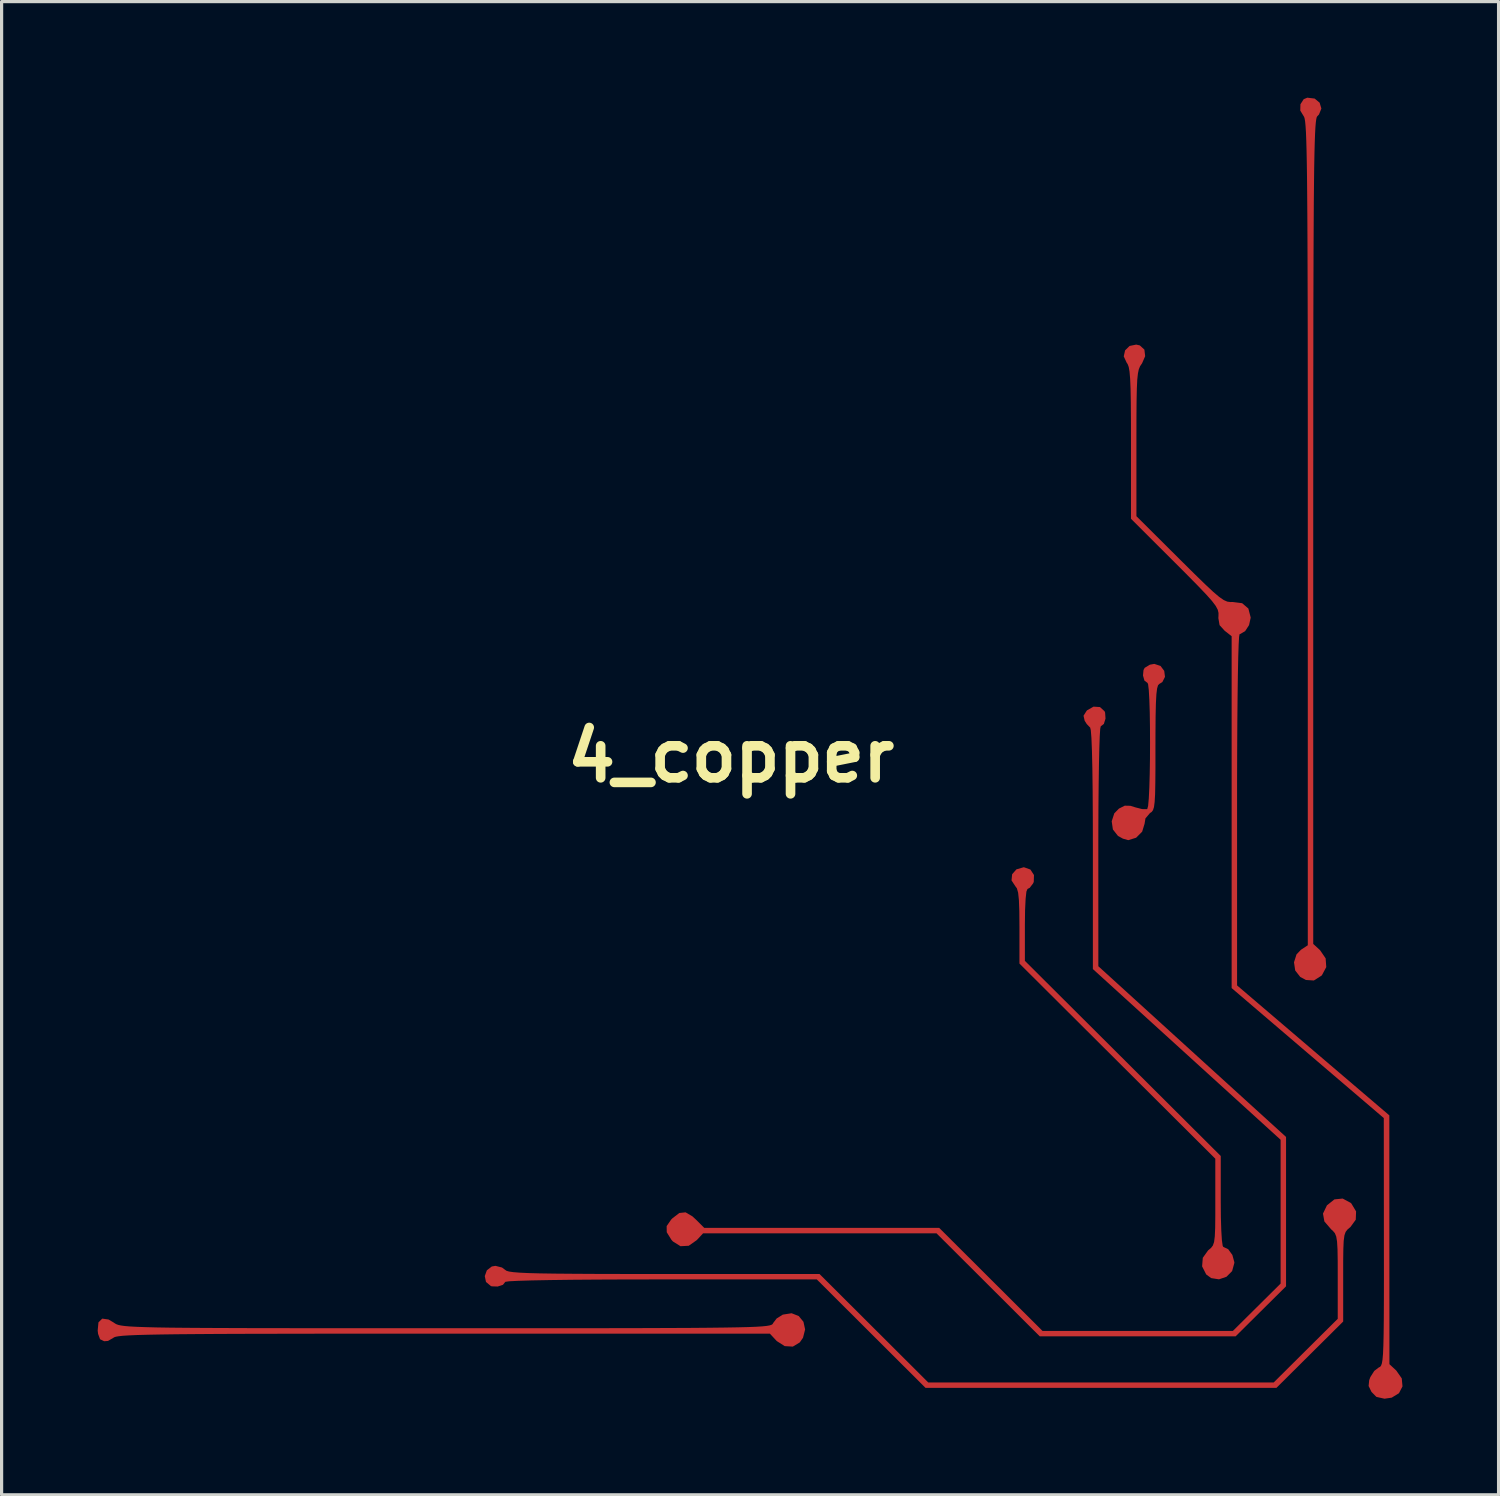
<source format=kicad_pcb>
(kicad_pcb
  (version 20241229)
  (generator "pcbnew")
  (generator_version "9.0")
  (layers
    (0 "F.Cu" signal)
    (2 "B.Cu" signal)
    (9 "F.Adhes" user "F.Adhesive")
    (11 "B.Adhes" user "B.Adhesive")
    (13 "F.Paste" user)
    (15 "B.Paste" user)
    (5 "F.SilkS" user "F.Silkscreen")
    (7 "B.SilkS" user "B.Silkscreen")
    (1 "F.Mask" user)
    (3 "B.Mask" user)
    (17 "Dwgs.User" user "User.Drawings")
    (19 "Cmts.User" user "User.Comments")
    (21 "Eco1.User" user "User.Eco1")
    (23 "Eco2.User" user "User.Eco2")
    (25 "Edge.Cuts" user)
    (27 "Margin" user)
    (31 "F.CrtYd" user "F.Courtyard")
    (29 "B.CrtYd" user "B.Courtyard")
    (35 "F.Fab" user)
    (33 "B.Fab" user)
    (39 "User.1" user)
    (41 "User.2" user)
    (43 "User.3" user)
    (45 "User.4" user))
  (footprint "4_copper"
    (layer "F.Cu")
    (at 19.777 20.559)
    (property "Reference" "4_copper" (at 0 0 0) (layer "F.SilkS") (effects (font (size 1.5 1.5) (thickness 0.3))))
    (attr board_only exclude_from_pos_files exclude_from_bom)
    (fp_poly (pts (xy 9.347 3.542) (xy 9.459 3.714) (xy 9.452 3.93) (xy 9.429 3.979) (xy 9.326 4.113) (xy 9.257 4.149) (xy 9.223 4.229) (xy 9.198 4.456) (xy 9.181 4.807) (xy 9.175 5.257) (xy 9.175 5.271) (xy 9.175 6.393) (xy 12.233 9.44) (xy 15.291 12.487) (xy 15.291 13.906) (xy 15.295 14.402) (xy 15.308 14.815) (xy 15.327 15.119) (xy 15.352 15.293) (xy 15.37 15.325) (xy 15.524 15.398) (xy 15.654 15.578) (xy 15.715 15.8) (xy 15.716 15.826) (xy 15.646 16.081) (xy 15.47 16.258) (xy 15.236 16.338) (xy 14.993 16.3) (xy 14.837 16.186) (xy 14.709 15.934) (xy 14.73 15.666) (xy 14.896 15.434) (xy 14.909 15.424) (xy 14.988 15.357) (xy 15.045 15.282) (xy 15.083 15.171) (xy 15.105 14.996) (xy 15.117 14.731) (xy 15.121 14.347) (xy 15.121 13.915) (xy 15.121 12.572) (xy 12.063 9.525) (xy 9.005 6.478) (xy 9.005 5.324) (xy 9.001 4.836) (xy 8.988 4.492) (xy 8.964 4.264) (xy 8.925 4.128) (xy 8.877 4.064) (xy 8.758 3.882) (xy 8.777 3.689) (xy 8.91 3.537) (xy 9.137 3.471) (xy 9.146 3.471)) (stroke (width 0) (type solid)) (fill yes) (layer "F.Cu"))
    (fp_poly (pts (xy 13.41 -2.815) (xy 13.526 -2.661) (xy 13.55 -2.475) (xy 13.468 -2.312) (xy 13.373 -2.253) (xy 13.333 -2.212) (xy 13.303 -2.109) (xy 13.281 -1.927) (xy 13.266 -1.645) (xy 13.257 -1.245) (xy 13.253 -0.707) (xy 13.252 -0.26) (xy 13.252 0.364) (xy 13.248 0.84) (xy 13.241 1.189) (xy 13.227 1.432) (xy 13.206 1.592) (xy 13.175 1.689) (xy 13.133 1.745) (xy 13.082 1.778) (xy 12.94 1.945) (xy 12.912 2.115) (xy 12.837 2.36) (xy 12.649 2.549) (xy 12.404 2.625) (xy 12.403 2.625) (xy 12.236 2.578) (xy 12.082 2.493) (xy 11.923 2.291) (xy 11.886 2.036) (xy 11.967 1.787) (xy 12.113 1.639) (xy 12.293 1.548) (xy 12.469 1.552) (xy 12.622 1.6) (xy 12.836 1.655) (xy 12.984 1.657) (xy 12.997 1.651) (xy 13.023 1.555) (xy 13.044 1.322) (xy 13.061 0.979) (xy 13.073 0.557) (xy 13.081 0.082) (xy 13.083 -0.415) (xy 13.081 -0.907) (xy 13.074 -1.365) (xy 13.061 -1.759) (xy 13.044 -2.062) (xy 13.022 -2.245) (xy 13.003 -2.286) (xy 12.909 -2.356) (xy 12.863 -2.516) (xy 12.879 -2.688) (xy 12.916 -2.756) (xy 13.078 -2.854) (xy 13.217 -2.879)) (stroke (width 0) (type solid)) (fill yes) (layer "F.Cu"))
    (fp_poly (pts (xy 18.224 -20.531) (xy 18.379 -20.402) (xy 18.433 -20.22) (xy 18.358 -20.033) (xy 18.307 -19.981) (xy 18.289 -19.953) (xy 18.274 -19.891) (xy 18.26 -19.789) (xy 18.247 -19.638) (xy 18.236 -19.431) (xy 18.226 -19.161) (xy 18.217 -18.818) (xy 18.209 -18.397) (xy 18.203 -17.888) (xy 18.197 -17.285) (xy 18.193 -16.579) (xy 18.189 -15.763) (xy 18.186 -14.829) (xy 18.183 -13.769) (xy 18.182 -12.575) (xy 18.18 -11.24) (xy 18.18 -9.756) (xy 18.179 -8.116) (xy 18.179 -7.006) (xy 18.179 5.865) (xy 18.392 6.061) (xy 18.566 6.315) (xy 18.586 6.588) (xy 18.451 6.841) (xy 18.434 6.858) (xy 18.199 7.007) (xy 17.949 6.991) (xy 17.773 6.896) (xy 17.616 6.695) (xy 17.578 6.439) (xy 17.657 6.191) (xy 17.797 6.046) (xy 18.009 5.907) (xy 18.009 -6.984) (xy 18.009 -8.724) (xy 18.009 -10.302) (xy 18.008 -11.727) (xy 18.007 -13.005) (xy 18.005 -14.146) (xy 18.002 -15.156) (xy 17.999 -16.043) (xy 17.995 -16.816) (xy 17.99 -17.483) (xy 17.985 -18.05) (xy 17.978 -18.526) (xy 17.97 -18.918) (xy 17.961 -19.235) (xy 17.951 -19.484) (xy 17.939 -19.673) (xy 17.926 -19.81) (xy 17.911 -19.902) (xy 17.895 -19.958) (xy 17.878 -19.985) (xy 17.774 -20.156) (xy 17.779 -20.353) (xy 17.88 -20.511) (xy 17.993 -20.559)) (stroke (width 0) (type solid)) (fill yes) (layer "F.Cu"))
    (fp_poly (pts (xy 11.52 -1.531) (xy 11.663 -1.4) (xy 11.68 -1.357) (xy 11.693 -1.171) (xy 11.641 -1.004) (xy 11.545 -0.931) (xy 11.544 -0.931) (xy 11.527 -0.849) (xy 11.512 -0.613) (xy 11.499 -0.237) (xy 11.488 0.264) (xy 11.479 0.874) (xy 11.472 1.579) (xy 11.469 2.364) (xy 11.468 2.815) (xy 11.469 6.562) (xy 14.399 9.227) (xy 17.33 11.892) (xy 17.33 14.224) (xy 17.33 16.556) (xy 16.542 17.337) (xy 15.755 18.119) (xy 12.698 18.119) (xy 9.64 18.119) (xy 8.028 16.51) (xy 6.415 14.901) (xy 2.771 14.901) (xy -0.872 14.901) (xy -1.069 15.113) (xy -1.321 15.29) (xy -1.578 15.304) (xy -1.815 15.156) (xy -1.863 15.102) (xy -2.008 14.868) (xy -2.011 14.676) (xy -1.87 14.472) (xy -1.83 14.432) (xy -1.615 14.267) (xy -1.42 14.246) (xy -1.204 14.373) (xy -1.091 14.478) (xy -0.836 14.732) (xy 2.832 14.732) (xy 6.5 14.732) (xy 8.113 16.341) (xy 9.725 17.949) (xy 12.697 17.949) (xy 15.67 17.949) (xy 16.415 17.21) (xy 17.16 16.471) (xy 17.16 14.226) (xy 17.16 11.98) (xy 14.229 9.315) (xy 11.298 6.65) (xy 11.298 2.907) (xy 11.296 1.931) (xy 11.291 1.09) (xy 11.282 0.389) (xy 11.269 -0.165) (xy 11.253 -0.567) (xy 11.233 -0.81) (xy 11.214 -0.889) (xy 11.107 -1.001) (xy 11.042 -1.103) (xy 11.006 -1.26) (xy 11.103 -1.414) (xy 11.12 -1.431) (xy 11.319 -1.544)) (stroke (width 0) (type solid)) (fill yes) (layer "F.Cu"))
    (fp_poly (pts (xy 19.348 13.95) (xy 19.369 13.97) (xy 19.517 14.217) (xy 19.507 14.476) (xy 19.34 14.706) (xy 19.326 14.717) (xy 19.248 14.783) (xy 19.191 14.857) (xy 19.153 14.966) (xy 19.13 15.137) (xy 19.119 15.396) (xy 19.114 15.772) (xy 19.114 16.269) (xy 19.114 17.656) (xy 18.072 18.691) (xy 17.03 19.727) (xy 11.551 19.727) (xy 6.072 19.727) (xy 4.375 18.034) (xy 2.678 16.341) (xy -2.187 16.341) (xy -3.216 16.342) (xy -4.145 16.346) (xy -4.961 16.352) (xy -5.657 16.361) (xy -6.224 16.372) (xy -6.65 16.385) (xy -6.928 16.399) (xy -7.047 16.416) (xy -7.051 16.42) (xy -7.123 16.51) (xy -7.288 16.563) (xy -7.47 16.557) (xy -7.5 16.548) (xy -7.652 16.42) (xy -7.69 16.237) (xy -7.625 16.057) (xy -7.471 15.937) (xy -7.356 15.917) (xy -7.153 15.969) (xy -7.051 16.044) (xy -7.011 16.072) (xy -6.931 16.095) (xy -6.798 16.114) (xy -6.6 16.13) (xy -6.325 16.143) (xy -5.958 16.153) (xy -5.488 16.16) (xy -4.901 16.165) (xy -4.186 16.169) (xy -3.329 16.171) (xy -2.317 16.171) (xy -2.091 16.171) (xy 2.762 16.171) (xy 4.46 17.865) (xy 6.157 19.558) (xy 11.551 19.558) (xy 16.945 19.558) (xy 17.944 18.564) (xy 18.944 17.571) (xy 18.944 16.261) (xy 18.943 15.762) (xy 18.937 15.406) (xy 18.923 15.162) (xy 18.897 15.002) (xy 18.855 14.899) (xy 18.792 14.824) (xy 18.739 14.778) (xy 18.527 14.531) (xy 18.483 14.286) (xy 18.605 14.031) (xy 18.609 14.026) (xy 18.84 13.842) (xy 19.098 13.816)) (stroke (width 0) (type solid)) (fill yes) (layer "F.Cu"))
    (fp_poly (pts (xy 2.113 17.484) (xy 2.261 17.664) (xy 2.313 17.903) (xy 2.247 18.163) (xy 2.145 18.309) (xy 1.929 18.439) (xy 1.676 18.424) (xy 1.431 18.268) (xy 1.409 18.246) (xy 1.212 18.034) (xy -8.983 18.034) (xy -10.524 18.034) (xy -11.905 18.035) (xy -13.133 18.036) (xy -14.217 18.038) (xy -15.168 18.04) (xy -15.992 18.043) (xy -16.7 18.048) (xy -17.299 18.053) (xy -17.799 18.06) (xy -18.209 18.068) (xy -18.538 18.077) (xy -18.793 18.088) (xy -18.985 18.1) (xy -19.122 18.115) (xy -19.212 18.131) (xy -19.265 18.149) (xy -19.287 18.165) (xy -19.455 18.262) (xy -19.574 18.271) (xy -19.702 18.209) (xy -19.764 18.044) (xy -19.777 17.939) (xy -19.753 17.683) (xy -19.635 17.565) (xy -19.438 17.592) (xy -19.27 17.692) (xy -19.233 17.718) (xy -19.19 17.741) (xy -19.131 17.762) (xy -19.047 17.78) (xy -18.929 17.796) (xy -18.769 17.81) (xy -18.556 17.821) (xy -18.282 17.831) (xy -17.937 17.84) (xy -17.513 17.847) (xy -16.999 17.852) (xy -16.388 17.856) (xy -15.669 17.859) (xy -14.834 17.862) (xy -13.873 17.863) (xy -12.777 17.864) (xy -11.537 17.864) (xy -10.144 17.865) (xy -8.886 17.865) (xy -7.361 17.865) (xy -5.996 17.864) (xy -4.784 17.864) (xy -3.714 17.863) (xy -2.778 17.861) (xy -1.966 17.858) (xy -1.271 17.855) (xy -0.683 17.85) (xy -0.192 17.844) (xy 0.21 17.837) (xy 0.532 17.829) (xy 0.784 17.819) (xy 0.973 17.807) (xy 1.11 17.793) (xy 1.203 17.777) (xy 1.261 17.759) (xy 1.294 17.738) (xy 1.31 17.715) (xy 1.314 17.704) (xy 1.424 17.56) (xy 1.616 17.44) (xy 1.891 17.397)) (stroke (width 0) (type solid)) (fill yes) (layer "F.Cu"))
    (fp_poly (pts (xy 12.765 -12.823) (xy 12.907 -12.692) (xy 12.931 -12.487) (xy 12.832 -12.26) (xy 12.819 -12.243) (xy 12.771 -12.171) (xy 12.733 -12.079) (xy 12.705 -11.947) (xy 12.684 -11.753) (xy 12.671 -11.478) (xy 12.663 -11.101) (xy 12.659 -10.601) (xy 12.658 -9.957) (xy 12.658 -9.765) (xy 12.658 -7.491) (xy 14.016 -6.139) (xy 14.457 -5.702) (xy 14.797 -5.371) (xy 15.053 -5.131) (xy 15.243 -4.97) (xy 15.385 -4.872) (xy 15.497 -4.823) (xy 15.595 -4.81) (xy 15.661 -4.812) (xy 15.959 -4.774) (xy 16.153 -4.608) (xy 16.225 -4.331) (xy 16.225 -4.318) (xy 16.175 -4.09) (xy 16.052 -3.901) (xy 15.898 -3.811) (xy 15.88 -3.81) (xy 15.864 -3.727) (xy 15.85 -3.483) (xy 15.837 -3.089) (xy 15.826 -2.552) (xy 15.817 -1.882) (xy 15.809 -1.088) (xy 15.804 -0.178) (xy 15.801 0.837) (xy 15.801 1.676) (xy 15.801 7.161) (xy 18.178 9.19) (xy 20.555 11.218) (xy 20.556 15.103) (xy 20.558 18.988) (xy 20.77 19.184) (xy 20.943 19.431) (xy 20.966 19.681) (xy 20.856 19.894) (xy 20.629 20.033) (xy 20.404 20.066) (xy 20.151 20.009) (xy 19.998 19.854) (xy 19.908 19.669) (xy 19.926 19.489) (xy 19.962 19.391) (xy 20.084 19.198) (xy 20.227 19.089) (xy 20.265 19.072) (xy 20.296 19.034) (xy 20.322 18.963) (xy 20.342 18.844) (xy 20.358 18.661) (xy 20.369 18.4) (xy 20.377 18.046) (xy 20.382 17.586) (xy 20.385 17.004) (xy 20.386 16.285) (xy 20.385 15.416) (xy 20.385 15.171) (xy 20.382 11.303) (xy 18.007 9.274) (xy 15.631 7.244) (xy 15.631 1.75) (xy 15.631 -3.743) (xy 15.413 -3.914) (xy 15.254 -4.089) (xy 15.216 -4.31) (xy 15.22 -4.372) (xy 15.221 -4.471) (xy 15.197 -4.571) (xy 15.133 -4.69) (xy 15.016 -4.845) (xy 14.83 -5.054) (xy 14.563 -5.333) (xy 14.199 -5.702) (xy 13.866 -6.035) (xy 12.488 -7.41) (xy 12.488 -9.773) (xy 12.487 -10.481) (xy 12.483 -11.038) (xy 12.475 -11.465) (xy 12.462 -11.779) (xy 12.443 -12) (xy 12.418 -12.147) (xy 12.384 -12.24) (xy 12.353 -12.285) (xy 12.262 -12.481) (xy 12.304 -12.669) (xy 12.445 -12.807) (xy 12.651 -12.849)) (stroke (width 0) (type solid)) (fill yes) (layer "F.Cu")))
  (gr_rect
    (start -3 -3)
    (end 43.743 43.625)
    (stroke (width 0.1) (type default))
    (fill no)
    (layer "Edge.Cuts")))
</source>
